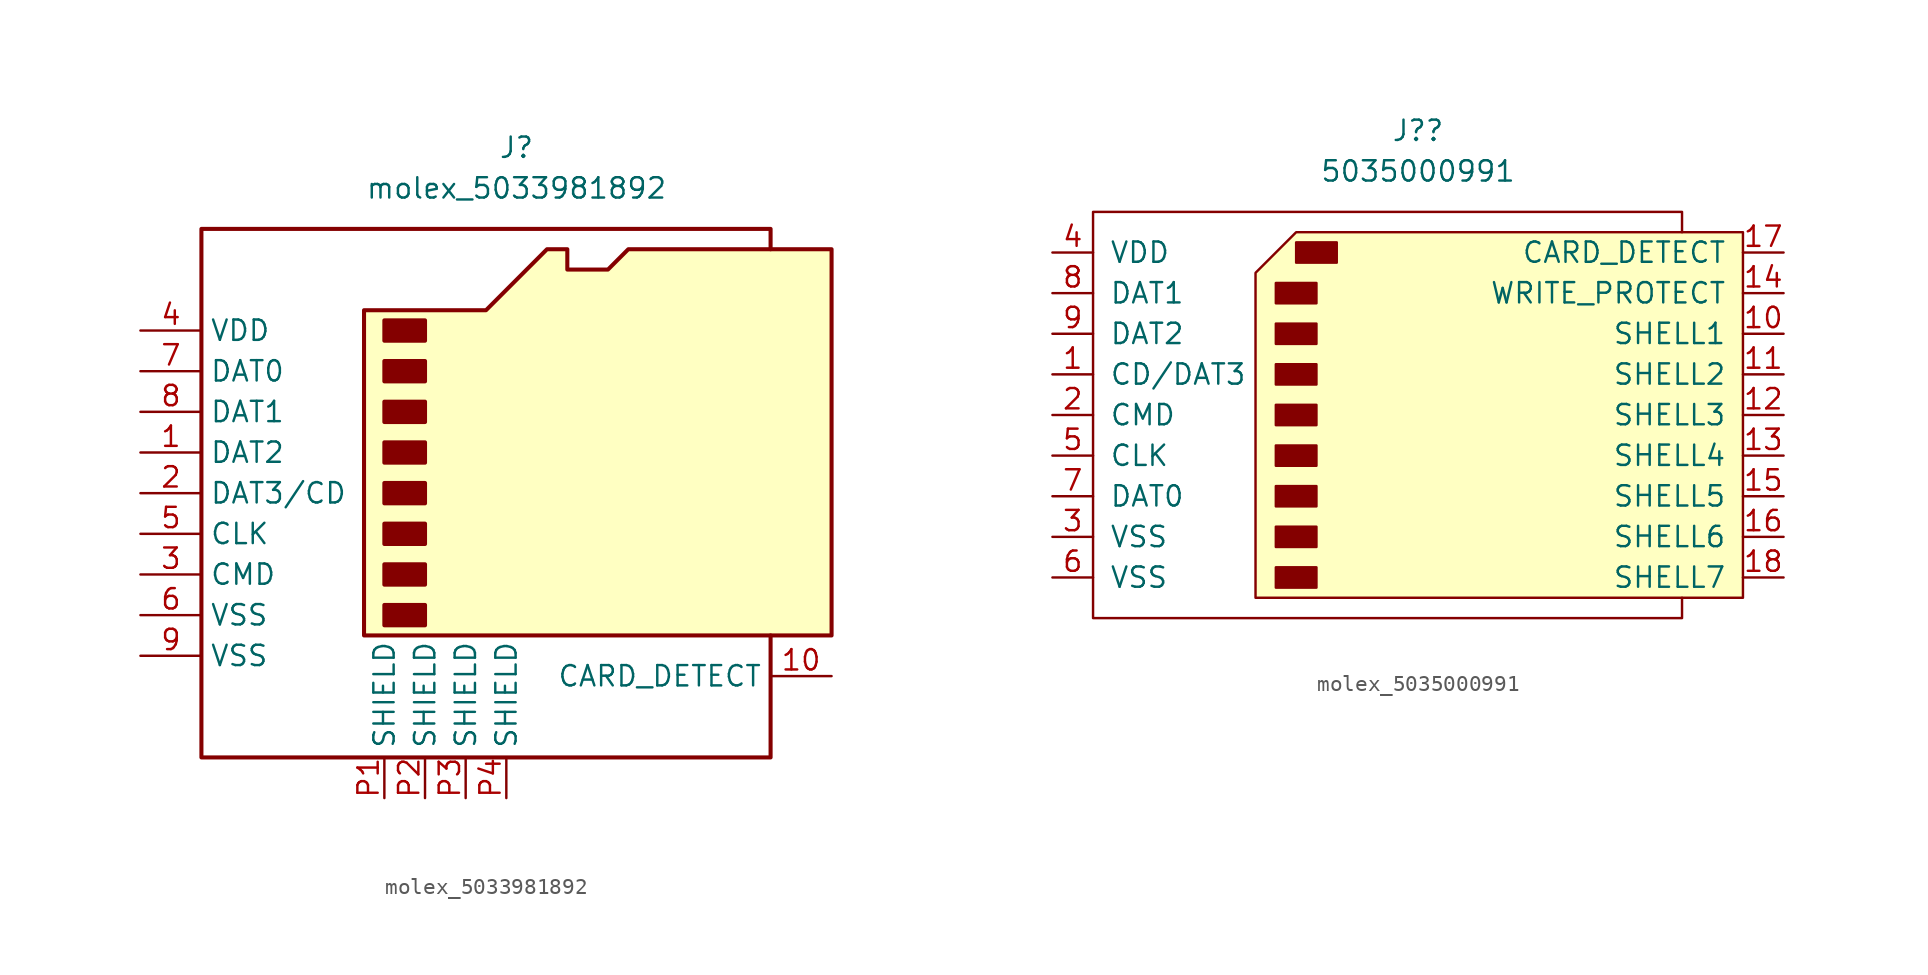
<source format=kicad_sym>
(kicad_symbol_lib
  (version 20220914)
  (generator kicad_symbol_editor)
  (symbol "molex_5033981892"
    (property "Reference" "J"
      (at 0.635 21.59 0)
      (effects (font (size 1.27 1.27))))
    (property "Value" "molex_5033981892"
      (at 0.635 19.05 0)
      (effects (font (size 1.27 1.27))))
    (symbol "molex_5033981892_0_1"
      (rectangle (start -7.62 -6.985) (end -5.08 -8.255) (stroke (width 0.254) (type default)) (fill (type outline)))
      (rectangle (start -7.62 -4.445) (end -5.08 -5.715) (stroke (width 0.254) (type default)) (fill (type outline)))
      (rectangle (start -7.62 -1.905) (end -5.08 -3.175) (stroke (width 0.254) (type default)) (fill (type outline)))
      (rectangle (start -7.62 0.635) (end -5.08 -0.635) (stroke (width 0.254) (type default)) (fill (type outline)))
      (rectangle (start -7.62 3.175) (end -5.08 1.905) (stroke (width 0.254) (type default)) (fill (type outline)))
      (rectangle (start -7.62 5.715) (end -5.08 4.445) (stroke (width 0.254) (type default)) (fill (type outline)))
      (rectangle (start -7.62 8.255) (end -5.08 6.985) (stroke (width 0.254) (type default)) (fill (type outline)))
      (rectangle (start -7.62 10.795) (end -5.08 9.525) (stroke (width 0.254) (type default)) (fill (type outline)))
      (polyline (pts (xy 16.51 15.24) (xy 16.51 16.51) (xy -19.05 16.51) (xy -19.05 -16.51) (xy 16.51 -16.51) (xy 16.51 -8.89)) (stroke (width 0.254) (type default)) (fill (type none)))
      (polyline (pts (xy -8.89 -8.89) (xy -8.89 11.43) (xy -1.27 11.43) (xy 2.54 15.24) (xy 3.81 15.24) (xy 3.81 13.97) (xy 6.35 13.97) (xy 7.62 15.24) (xy 20.32 15.24) (xy 20.32 -8.89) (xy -8.89 -8.89)) (stroke (width 0.254) (type default)) (fill (type background))))
    (symbol "molex_5033981892_1_0"
      (pin passive line (at -7.62 -19.05 90) (length 2.54) (name "SHIELD" (effects (font (size 1.27 1.27)))) (number "P1" (effects (font (size 1.27 1.27)))))
      (pin passive line (at -5.08 -19.05 90) (length 2.54) (name "SHIELD" (effects (font (size 1.27 1.27)))) (number "P2" (effects (font (size 1.27 1.27)))))
      (pin passive line (at -2.54 -19.05 90) (length 2.54) (name "SHIELD" (effects (font (size 1.27 1.27)))) (number "P3" (effects (font (size 1.27 1.27)))))
      (pin passive line (at 0 -19.05 90) (length 2.54) (name "SHIELD" (effects (font (size 1.27 1.27)))) (number "P4" (effects (font (size 1.27 1.27))))))
    (symbol "molex_5033981892_1_1"
      (pin bidirectional line (at -22.86 2.54 0) (length 3.81) (name "DAT2" (effects (font (size 1.27 1.27)))) (number "1" (effects (font (size 1.27 1.27)))))
      (pin passive line (at 20.32 -11.43 180) (length 3.81) (name "CARD_DETECT" (effects (font (size 1.27 1.27)))) (number "10" (effects (font (size 1.27 1.27)))))
      (pin bidirectional line (at -22.86 0 0) (length 3.81) (name "DAT3/CD" (effects (font (size 1.27 1.27)))) (number "2" (effects (font (size 1.27 1.27)))))
      (pin input line (at -22.86 -5.08 0) (length 3.81) (name "CMD" (effects (font (size 1.27 1.27)))) (number "3" (effects (font (size 1.27 1.27)))))
      (pin power_in line (at -22.86 10.16 0) (length 3.81) (name "VDD" (effects (font (size 1.27 1.27)))) (number "4" (effects (font (size 1.27 1.27)))))
      (pin input line (at -22.86 -2.54 0) (length 3.81) (name "CLK" (effects (font (size 1.27 1.27)))) (number "5" (effects (font (size 1.27 1.27)))))
      (pin power_in line (at -22.86 -7.62 0) (length 3.81) (name "VSS" (effects (font (size 1.27 1.27)))) (number "6" (effects (font (size 1.27 1.27)))))
      (pin bidirectional line (at -22.86 7.62 0) (length 3.81) (name "DAT0" (effects (font (size 1.27 1.27)))) (number "7" (effects (font (size 1.27 1.27)))))
      (pin bidirectional line (at -22.86 5.08 0) (length 3.81) (name "DAT1" (effects (font (size 1.27 1.27)))) (number "8" (effects (font (size 1.27 1.27)))))
      (pin power_in line (at -22.86 -10.16 0) (length 3.81) (name "VSS" (effects (font (size 1.27 1.27)))) (number "9" (effects (font (size 1.27 1.27)))))))
  (symbol "molex_5035000991"
    (pin_names
      (offset 1.016))
    (property "Reference" "J?"
      (at 0 17.78 0)
      (effects (font (size 1.27 1.27))))
    (property "Value" "5035000991"
      (at 0 15.24 0)
      (effects (font (size 1.27 1.27))))
    (symbol "molex_5035000991_0_1"
      (rectangle (start -8.89 -9.525) (end -6.35 -10.795) (stroke (width 0) (type default)) (fill (type outline)))
      (rectangle (start -8.89 -6.985) (end -6.35 -8.255) (stroke (width 0) (type default)) (fill (type outline)))
      (rectangle (start -8.89 -4.445) (end -6.35 -5.715) (stroke (width 0) (type default)) (fill (type outline)))
      (rectangle (start -8.89 -1.905) (end -6.35 -3.175) (stroke (width 0) (type default)) (fill (type outline)))
      (rectangle (start -8.89 0.635) (end -6.35 -0.635) (stroke (width 0) (type default)) (fill (type outline)))
      (rectangle (start -8.89 3.175) (end -6.35 1.905) (stroke (width 0) (type default)) (fill (type outline)))
      (rectangle (start -8.89 5.715) (end -6.35 4.445) (stroke (width 0) (type default)) (fill (type outline)))
      (rectangle (start -8.89 8.255) (end -6.35 6.985) (stroke (width 0) (type default)) (fill (type outline)))
      (rectangle (start -7.62 10.795) (end -5.08 9.525) (stroke (width 0) (type default)) (fill (type outline)))
      (polyline (pts (xy 16.51 11.43) (xy 16.51 12.7) (xy -20.32 12.7) (xy -20.32 -12.7) (xy 16.51 -12.7) (xy 16.51 -11.43)) (stroke (width 0) (type default)) (fill (type none))))
    (symbol "molex_5035000991_1_0"
      (pin passive line (at 22.86 0 180) (length 2.54) (name "SHELL3" (effects (font (size 1.27 1.27)))) (number "12" (effects (font (size 1.27 1.27)))))
      (pin passive line (at 22.86 -2.54 180) (length 2.54) (name "SHELL4" (effects (font (size 1.27 1.27)))) (number "13" (effects (font (size 1.27 1.27)))))
      (pin passive line (at 22.86 -5.08 180) (length 2.54) (name "SHELL5" (effects (font (size 1.27 1.27)))) (number "15" (effects (font (size 1.27 1.27)))))
      (pin passive line (at 22.86 -7.62 180) (length 2.54) (name "SHELL6" (effects (font (size 1.27 1.27)))) (number "16" (effects (font (size 1.27 1.27)))))
      (pin passive line (at 22.86 -10.16 180) (length 2.54) (name "SHELL7" (effects (font (size 1.27 1.27)))) (number "18" (effects (font (size 1.27 1.27))))))
    (symbol "molex_5035000991_1_1"
      (polyline (pts (xy -10.16 8.89) (xy -7.62 11.43) (xy 20.32 11.43) (xy 20.32 -11.43) (xy -10.16 -11.43) (xy -10.16 8.89)) (stroke (width 0) (type default)) (fill (type background)))
      (pin input line (at -22.86 2.54 0) (length 2.54) (name "CD/DAT3" (effects (font (size 1.27 1.27)))) (number "1" (effects (font (size 1.27 1.27)))))
      (pin input line (at 22.86 5.08 180) (length 2.54) (name "SHELL1" (effects (font (size 1.27 1.27)))) (number "10" (effects (font (size 1.27 1.27)))))
      (pin input line (at 22.86 2.54 180) (length 2.54) (name "SHELL2" (effects (font (size 1.27 1.27)))) (number "11" (effects (font (size 1.27 1.27)))))
      (pin input line (at 22.86 7.62 180) (length 2.54) (name "WRITE_PROTECT" (effects (font (size 1.27 1.27)))) (number "14" (effects (font (size 1.27 1.27)))))
      (pin input line (at 22.86 10.16 180) (length 2.54) (name "CARD_DETECT" (effects (font (size 1.27 1.27)))) (number "17" (effects (font (size 1.27 1.27)))))
      (pin input line (at -22.86 0 0) (length 2.54) (name "CMD" (effects (font (size 1.27 1.27)))) (number "2" (effects (font (size 1.27 1.27)))))
      (pin power_in line (at -22.86 -7.62 0) (length 2.54) (name "VSS" (effects (font (size 1.27 1.27)))) (number "3" (effects (font (size 1.27 1.27)))))
      (pin power_in line (at -22.86 10.16 0) (length 2.54) (name "VDD" (effects (font (size 1.27 1.27)))) (number "4" (effects (font (size 1.27 1.27)))))
      (pin input line (at -22.86 -2.54 0) (length 2.54) (name "CLK" (effects (font (size 1.27 1.27)))) (number "5" (effects (font (size 1.27 1.27)))))
      (pin power_in line (at -22.86 -10.16 0) (length 2.54) (name "VSS" (effects (font (size 1.27 1.27)))) (number "6" (effects (font (size 1.27 1.27)))))
      (pin input line (at -22.86 -5.08 0) (length 2.54) (name "DAT0" (effects (font (size 1.27 1.27)))) (number "7" (effects (font (size 1.27 1.27)))))
      (pin input line (at -22.86 7.62 0) (length 2.54) (name "DAT1" (effects (font (size 1.27 1.27)))) (number "8" (effects (font (size 1.27 1.27)))))
      (pin input line (at -22.86 5.08 0) (length 2.54) (name "DAT2" (effects (font (size 1.27 1.27)))) (number "9" (effects (font (size 1.27 1.27))))))))
</source>
